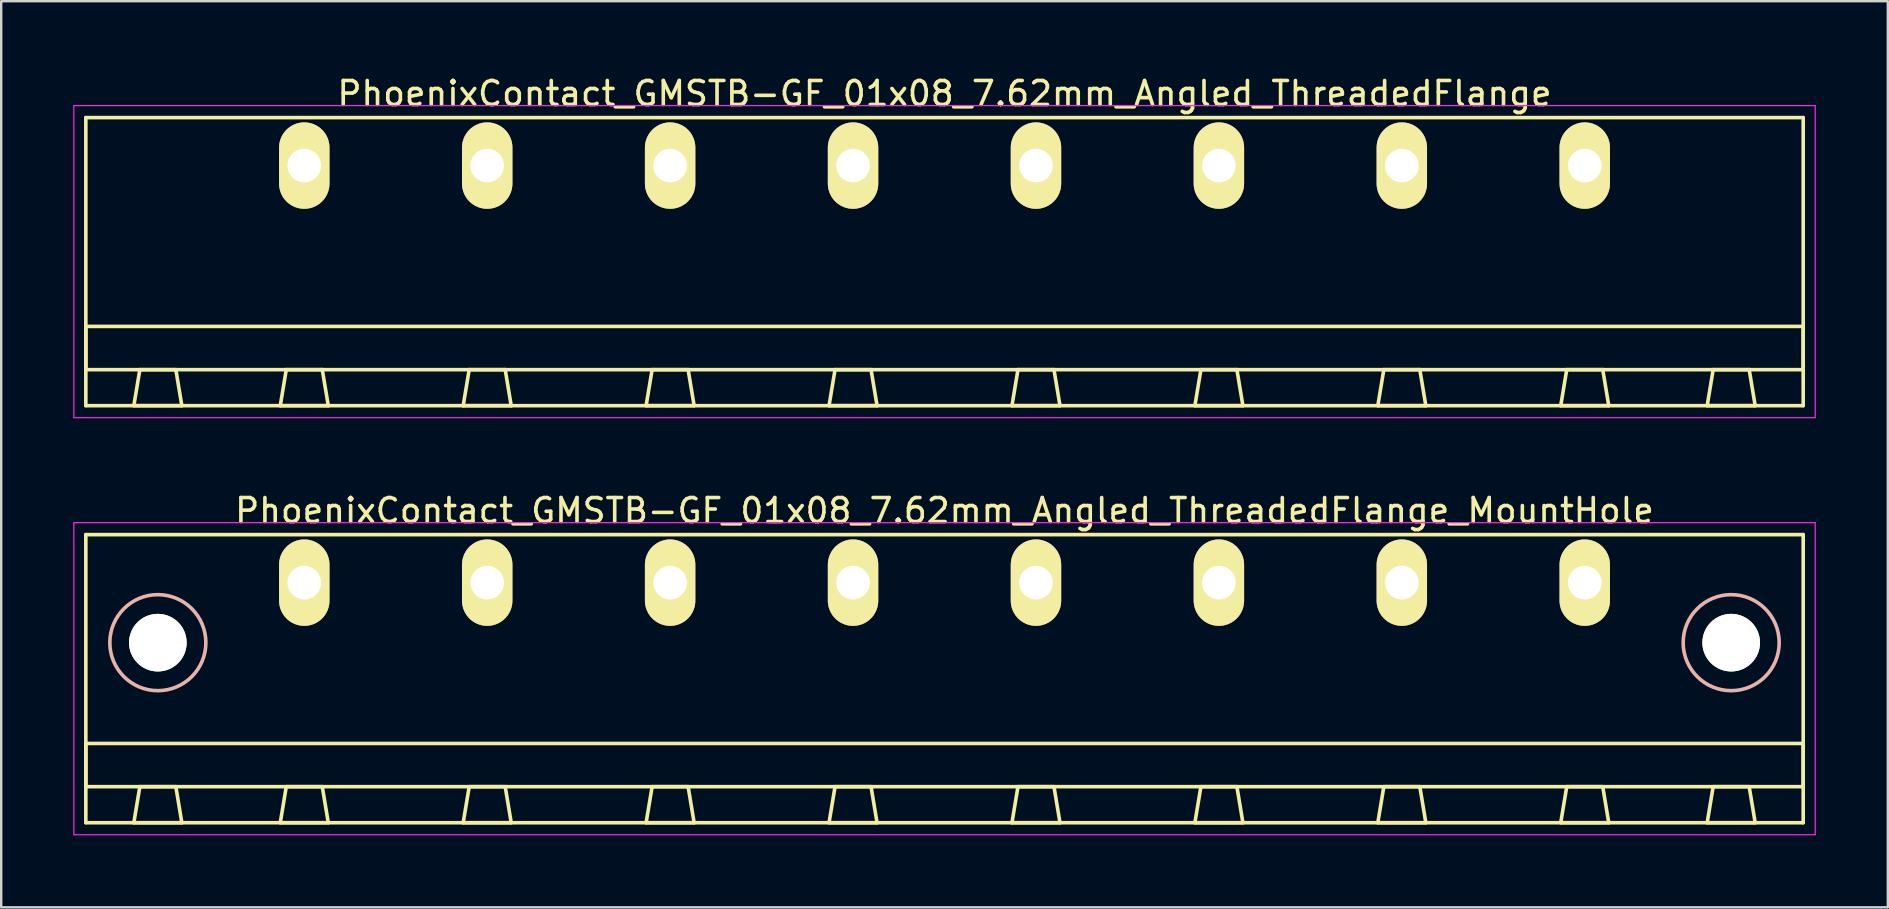
<source format=kicad_pcb>
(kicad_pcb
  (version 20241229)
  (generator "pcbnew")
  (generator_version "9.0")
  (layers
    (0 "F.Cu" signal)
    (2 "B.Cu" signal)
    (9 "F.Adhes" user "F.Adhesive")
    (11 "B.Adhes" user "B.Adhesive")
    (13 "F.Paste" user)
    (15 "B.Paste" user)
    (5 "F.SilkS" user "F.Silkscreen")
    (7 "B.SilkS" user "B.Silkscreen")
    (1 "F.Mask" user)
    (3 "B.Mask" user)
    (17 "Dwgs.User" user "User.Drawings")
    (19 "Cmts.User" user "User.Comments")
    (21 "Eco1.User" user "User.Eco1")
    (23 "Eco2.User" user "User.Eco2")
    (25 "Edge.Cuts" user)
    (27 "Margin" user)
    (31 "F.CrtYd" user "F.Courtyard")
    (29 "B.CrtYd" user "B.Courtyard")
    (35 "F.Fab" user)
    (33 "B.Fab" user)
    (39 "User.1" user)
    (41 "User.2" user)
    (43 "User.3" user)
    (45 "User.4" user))
  (footprint "PhoenixContact_GMSTB-GF_01x08_7.62mm_Angled_ThreadedFlange"
    (layer "F.Cu")
    (at 9.625 3.848)
    (property "Reference" "PhoenixContact_GMSTB-GF_01x08_7.62mm_Angled_ThreadedFlange" (at 26.67 -3 0) (layer "F.SilkS") (effects (font (size 1 1) (thickness 0.15))))
    (attr through_hole)
    (fp_line (start -9.1 -2) (end -9.1 10) (stroke (width 0.15) (type solid)) (layer "F.SilkS"))
    (fp_line (start -9.1 6.7) (end 62.44 6.7) (stroke (width 0.15) (type solid)) (layer "F.SilkS"))
    (fp_line (start -9.1 8.5) (end -9.1 6.7) (stroke (width 0.15) (type solid)) (layer "F.SilkS"))
    (fp_line (start -9.1 10) (end 62.44 10) (stroke (width 0.15) (type solid)) (layer "F.SilkS"))
    (fp_line (start -7.1 10) (end -5.1 10) (stroke (width 0.15) (type solid)) (layer "F.SilkS"))
    (fp_line (start -6.85 8.5) (end -7.1 10) (stroke (width 0.15) (type solid)) (layer "F.SilkS"))
    (fp_line (start -5.35 8.5) (end -6.85 8.5) (stroke (width 0.15) (type solid)) (layer "F.SilkS"))
    (fp_line (start -5.1 10) (end -5.35 8.5) (stroke (width 0.15) (type solid)) (layer "F.SilkS"))
    (fp_line (start -1 10) (end 1 10) (stroke (width 0.15) (type solid)) (layer "F.SilkS"))
    (fp_line (start -0.75 8.5) (end -1 10) (stroke (width 0.15) (type solid)) (layer "F.SilkS"))
    (fp_line (start 0.75 8.5) (end -0.75 8.5) (stroke (width 0.15) (type solid)) (layer "F.SilkS"))
    (fp_line (start 1 10) (end 0.75 8.5) (stroke (width 0.15) (type solid)) (layer "F.SilkS"))
    (fp_line (start 6.62 10) (end 8.62 10) (stroke (width 0.15) (type solid)) (layer "F.SilkS"))
    (fp_line (start 6.87 8.5) (end 6.62 10) (stroke (width 0.15) (type solid)) (layer "F.SilkS"))
    (fp_line (start 8.37 8.5) (end 6.87 8.5) (stroke (width 0.15) (type solid)) (layer "F.SilkS"))
    (fp_line (start 8.62 10) (end 8.37 8.5) (stroke (width 0.15) (type solid)) (layer "F.SilkS"))
    (fp_line (start 14.24 10) (end 16.24 10) (stroke (width 0.15) (type solid)) (layer "F.SilkS"))
    (fp_line (start 14.49 8.5) (end 14.24 10) (stroke (width 0.15) (type solid)) (layer "F.SilkS"))
    (fp_line (start 15.99 8.5) (end 14.49 8.5) (stroke (width 0.15) (type solid)) (layer "F.SilkS"))
    (fp_line (start 16.24 10) (end 15.99 8.5) (stroke (width 0.15) (type solid)) (layer "F.SilkS"))
    (fp_line (start 21.86 10) (end 23.86 10) (stroke (width 0.15) (type solid)) (layer "F.SilkS"))
    (fp_line (start 22.11 8.5) (end 21.86 10) (stroke (width 0.15) (type solid)) (layer "F.SilkS"))
    (fp_line (start 23.61 8.5) (end 22.11 8.5) (stroke (width 0.15) (type solid)) (layer "F.SilkS"))
    (fp_line (start 23.86 10) (end 23.61 8.5) (stroke (width 0.15) (type solid)) (layer "F.SilkS"))
    (fp_line (start 29.48 10) (end 31.48 10) (stroke (width 0.15) (type solid)) (layer "F.SilkS"))
    (fp_line (start 29.73 8.5) (end 29.48 10) (stroke (width 0.15) (type solid)) (layer "F.SilkS"))
    (fp_line (start 31.23 8.5) (end 29.73 8.5) (stroke (width 0.15) (type solid)) (layer "F.SilkS"))
    (fp_line (start 31.48 10) (end 31.23 8.5) (stroke (width 0.15) (type solid)) (layer "F.SilkS"))
    (fp_line (start 37.1 10) (end 39.1 10) (stroke (width 0.15) (type solid)) (layer "F.SilkS"))
    (fp_line (start 37.35 8.5) (end 37.1 10) (stroke (width 0.15) (type solid)) (layer "F.SilkS"))
    (fp_line (start 38.85 8.5) (end 37.35 8.5) (stroke (width 0.15) (type solid)) (layer "F.SilkS"))
    (fp_line (start 39.1 10) (end 38.85 8.5) (stroke (width 0.15) (type solid)) (layer "F.SilkS"))
    (fp_line (start 44.72 10) (end 46.72 10) (stroke (width 0.15) (type solid)) (layer "F.SilkS"))
    (fp_line (start 44.97 8.5) (end 44.72 10) (stroke (width 0.15) (type solid)) (layer "F.SilkS"))
    (fp_line (start 46.47 8.5) (end 44.97 8.5) (stroke (width 0.15) (type solid)) (layer "F.SilkS"))
    (fp_line (start 46.72 10) (end 46.47 8.5) (stroke (width 0.15) (type solid)) (layer "F.SilkS"))
    (fp_line (start 52.34 10) (end 54.34 10) (stroke (width 0.15) (type solid)) (layer "F.SilkS"))
    (fp_line (start 52.59 8.5) (end 52.34 10) (stroke (width 0.15) (type solid)) (layer "F.SilkS"))
    (fp_line (start 54.09 8.5) (end 52.59 8.5) (stroke (width 0.15) (type solid)) (layer "F.SilkS"))
    (fp_line (start 54.34 10) (end 54.09 8.5) (stroke (width 0.15) (type solid)) (layer "F.SilkS"))
    (fp_line (start 58.44 10) (end 60.44 10) (stroke (width 0.15) (type solid)) (layer "F.SilkS"))
    (fp_line (start 58.69 8.5) (end 58.44 10) (stroke (width 0.15) (type solid)) (layer "F.SilkS"))
    (fp_line (start 60.19 8.5) (end 58.69 8.5) (stroke (width 0.15) (type solid)) (layer "F.SilkS"))
    (fp_line (start 60.44 10) (end 60.19 8.5) (stroke (width 0.15) (type solid)) (layer "F.SilkS"))
    (fp_line (start 62.44 -2) (end -9.1 -2) (stroke (width 0.15) (type solid)) (layer "F.SilkS"))
    (fp_line (start 62.44 6.7) (end 62.44 8.5) (stroke (width 0.15) (type solid)) (layer "F.SilkS"))
    (fp_line (start 62.44 8.5) (end -9.1 8.5) (stroke (width 0.15) (type solid)) (layer "F.SilkS"))
    (fp_line (start 62.44 10) (end 62.44 -2) (stroke (width 0.15) (type solid)) (layer "F.SilkS"))
    (fp_line (start -9.6 -2.5) (end -9.6 10.5) (stroke (width 0.05) (type solid)) (layer "F.CrtYd"))
    (fp_line (start -9.6 10.5) (end 62.94 10.5) (stroke (width 0.05) (type solid)) (layer "F.CrtYd"))
    (fp_line (start 62.94 -2.5) (end -9.6 -2.5) (stroke (width 0.05) (type solid)) (layer "F.CrtYd"))
    (fp_line (start 62.94 10.5) (end 62.94 -2.5) (stroke (width 0.05) (type solid)) (layer "F.CrtYd"))
    (pad "1" thru_hole oval (at 0 0) (size 2.1 3.6) (drill 1.4) (layers "*.Cu" "*.Mask" "F.SilkS"))
    (pad "2" thru_hole oval (at 7.62 0) (size 2.1 3.6) (drill 1.4) (layers "*.Cu" "*.Mask" "F.SilkS"))
    (pad "3" thru_hole oval (at 15.24 0) (size 2.1 3.6) (drill 1.4) (layers "*.Cu" "*.Mask" "F.SilkS"))
    (pad "4" thru_hole oval (at 22.86 0) (size 2.1 3.6) (drill 1.4) (layers "*.Cu" "*.Mask" "F.SilkS"))
    (pad "5" thru_hole oval (at 30.48 0) (size 2.1 3.6) (drill 1.4) (layers "*.Cu" "*.Mask" "F.SilkS"))
    (pad "6" thru_hole oval (at 38.1 0) (size 2.1 3.6) (drill 1.4) (layers "*.Cu" "*.Mask" "F.SilkS"))
    (pad "7" thru_hole oval (at 45.72 0) (size 2.1 3.6) (drill 1.4) (layers "*.Cu" "*.Mask" "F.SilkS"))
    (pad "8" thru_hole oval (at 53.34 0) (size 2.1 3.6) (drill 1.4) (layers "*.Cu" "*.Mask" "F.SilkS")))
  (footprint "PhoenixContact_GMSTB-GF_01x08_7.62mm_Angled_ThreadedFlange_MountHole"
    (layer "F.Cu")
    (at 9.625 21.221)
    (property "Reference" "PhoenixContact_GMSTB-GF_01x08_7.62mm_Angled_ThreadedFlange_MountHole" (at 26.67 -3 0) (layer "F.SilkS") (effects (font (size 1 1) (thickness 0.15))))
    (attr through_hole)
    (fp_line (start -9.1 -2) (end -9.1 10) (stroke (width 0.15) (type solid)) (layer "F.SilkS"))
    (fp_line (start -9.1 6.7) (end 62.44 6.7) (stroke (width 0.15) (type solid)) (layer "F.SilkS"))
    (fp_line (start -9.1 8.5) (end -9.1 6.7) (stroke (width 0.15) (type solid)) (layer "F.SilkS"))
    (fp_line (start -9.1 10) (end 62.44 10) (stroke (width 0.15) (type solid)) (layer "F.SilkS"))
    (fp_line (start -7.1 10) (end -5.1 10) (stroke (width 0.15) (type solid)) (layer "F.SilkS"))
    (fp_line (start -6.85 8.5) (end -7.1 10) (stroke (width 0.15) (type solid)) (layer "F.SilkS"))
    (fp_line (start -5.35 8.5) (end -6.85 8.5) (stroke (width 0.15) (type solid)) (layer "F.SilkS"))
    (fp_line (start -5.1 10) (end -5.35 8.5) (stroke (width 0.15) (type solid)) (layer "F.SilkS"))
    (fp_line (start -1 10) (end 1 10) (stroke (width 0.15) (type solid)) (layer "F.SilkS"))
    (fp_line (start -0.75 8.5) (end -1 10) (stroke (width 0.15) (type solid)) (layer "F.SilkS"))
    (fp_line (start 0.75 8.5) (end -0.75 8.5) (stroke (width 0.15) (type solid)) (layer "F.SilkS"))
    (fp_line (start 1 10) (end 0.75 8.5) (stroke (width 0.15) (type solid)) (layer "F.SilkS"))
    (fp_line (start 6.62 10) (end 8.62 10) (stroke (width 0.15) (type solid)) (layer "F.SilkS"))
    (fp_line (start 6.87 8.5) (end 6.62 10) (stroke (width 0.15) (type solid)) (layer "F.SilkS"))
    (fp_line (start 8.37 8.5) (end 6.87 8.5) (stroke (width 0.15) (type solid)) (layer "F.SilkS"))
    (fp_line (start 8.62 10) (end 8.37 8.5) (stroke (width 0.15) (type solid)) (layer "F.SilkS"))
    (fp_line (start 14.24 10) (end 16.24 10) (stroke (width 0.15) (type solid)) (layer "F.SilkS"))
    (fp_line (start 14.49 8.5) (end 14.24 10) (stroke (width 0.15) (type solid)) (layer "F.SilkS"))
    (fp_line (start 15.99 8.5) (end 14.49 8.5) (stroke (width 0.15) (type solid)) (layer "F.SilkS"))
    (fp_line (start 16.24 10) (end 15.99 8.5) (stroke (width 0.15) (type solid)) (layer "F.SilkS"))
    (fp_line (start 21.86 10) (end 23.86 10) (stroke (width 0.15) (type solid)) (layer "F.SilkS"))
    (fp_line (start 22.11 8.5) (end 21.86 10) (stroke (width 0.15) (type solid)) (layer "F.SilkS"))
    (fp_line (start 23.61 8.5) (end 22.11 8.5) (stroke (width 0.15) (type solid)) (layer "F.SilkS"))
    (fp_line (start 23.86 10) (end 23.61 8.5) (stroke (width 0.15) (type solid)) (layer "F.SilkS"))
    (fp_line (start 29.48 10) (end 31.48 10) (stroke (width 0.15) (type solid)) (layer "F.SilkS"))
    (fp_line (start 29.73 8.5) (end 29.48 10) (stroke (width 0.15) (type solid)) (layer "F.SilkS"))
    (fp_line (start 31.23 8.5) (end 29.73 8.5) (stroke (width 0.15) (type solid)) (layer "F.SilkS"))
    (fp_line (start 31.48 10) (end 31.23 8.5) (stroke (width 0.15) (type solid)) (layer "F.SilkS"))
    (fp_line (start 37.1 10) (end 39.1 10) (stroke (width 0.15) (type solid)) (layer "F.SilkS"))
    (fp_line (start 37.35 8.5) (end 37.1 10) (stroke (width 0.15) (type solid)) (layer "F.SilkS"))
    (fp_line (start 38.85 8.5) (end 37.35 8.5) (stroke (width 0.15) (type solid)) (layer "F.SilkS"))
    (fp_line (start 39.1 10) (end 38.85 8.5) (stroke (width 0.15) (type solid)) (layer "F.SilkS"))
    (fp_line (start 44.72 10) (end 46.72 10) (stroke (width 0.15) (type solid)) (layer "F.SilkS"))
    (fp_line (start 44.97 8.5) (end 44.72 10) (stroke (width 0.15) (type solid)) (layer "F.SilkS"))
    (fp_line (start 46.47 8.5) (end 44.97 8.5) (stroke (width 0.15) (type solid)) (layer "F.SilkS"))
    (fp_line (start 46.72 10) (end 46.47 8.5) (stroke (width 0.15) (type solid)) (layer "F.SilkS"))
    (fp_line (start 52.34 10) (end 54.34 10) (stroke (width 0.15) (type solid)) (layer "F.SilkS"))
    (fp_line (start 52.59 8.5) (end 52.34 10) (stroke (width 0.15) (type solid)) (layer "F.SilkS"))
    (fp_line (start 54.09 8.5) (end 52.59 8.5) (stroke (width 0.15) (type solid)) (layer "F.SilkS"))
    (fp_line (start 54.34 10) (end 54.09 8.5) (stroke (width 0.15) (type solid)) (layer "F.SilkS"))
    (fp_line (start 58.44 10) (end 60.44 10) (stroke (width 0.15) (type solid)) (layer "F.SilkS"))
    (fp_line (start 58.69 8.5) (end 58.44 10) (stroke (width 0.15) (type solid)) (layer "F.SilkS"))
    (fp_line (start 60.19 8.5) (end 58.69 8.5) (stroke (width 0.15) (type solid)) (layer "F.SilkS"))
    (fp_line (start 60.44 10) (end 60.19 8.5) (stroke (width 0.15) (type solid)) (layer "F.SilkS"))
    (fp_line (start 62.44 -2) (end -9.1 -2) (stroke (width 0.15) (type solid)) (layer "F.SilkS"))
    (fp_line (start 62.44 6.7) (end 62.44 8.5) (stroke (width 0.15) (type solid)) (layer "F.SilkS"))
    (fp_line (start 62.44 8.5) (end -9.1 8.5) (stroke (width 0.15) (type solid)) (layer "F.SilkS"))
    (fp_line (start 62.44 10) (end 62.44 -2) (stroke (width 0.15) (type solid)) (layer "F.SilkS"))
    (fp_circle (center -6.1 2.5) (end -4.1 2.5) (stroke (width 0.15) (type solid)) (fill no) (layer "B.SilkS"))
    (fp_circle (center 59.44 2.5) (end 61.44 2.5) (stroke (width 0.15) (type solid)) (fill no) (layer "B.SilkS"))
    (fp_line (start -9.6 -2.5) (end -9.6 10.5) (stroke (width 0.05) (type solid)) (layer "F.CrtYd"))
    (fp_line (start -9.6 10.5) (end 62.94 10.5) (stroke (width 0.05) (type solid)) (layer "F.CrtYd"))
    (fp_line (start 62.94 -2.5) (end -9.6 -2.5) (stroke (width 0.05) (type solid)) (layer "F.CrtYd"))
    (fp_line (start 62.94 10.5) (end 62.94 -2.5) (stroke (width 0.05) (type solid)) (layer "F.CrtYd"))
    (pad "" np_thru_hole circle (at -6.1 2.5) (size 2.4 2.4) (drill 2.4) (layers "*.Cu" "*.Mask" "F.SilkS"))
    (pad "" np_thru_hole circle (at 59.44 2.5) (size 2.4 2.4) (drill 2.4) (layers "*.Cu" "*.Mask" "F.SilkS"))
    (pad "1" thru_hole oval (at 0 0) (size 2.1 3.6) (drill 1.4) (layers "*.Cu" "*.Mask" "F.SilkS"))
    (pad "2" thru_hole oval (at 7.62 0) (size 2.1 3.6) (drill 1.4) (layers "*.Cu" "*.Mask" "F.SilkS"))
    (pad "3" thru_hole oval (at 15.24 0) (size 2.1 3.6) (drill 1.4) (layers "*.Cu" "*.Mask" "F.SilkS"))
    (pad "4" thru_hole oval (at 22.86 0) (size 2.1 3.6) (drill 1.4) (layers "*.Cu" "*.Mask" "F.SilkS"))
    (pad "5" thru_hole oval (at 30.48 0) (size 2.1 3.6) (drill 1.4) (layers "*.Cu" "*.Mask" "F.SilkS"))
    (pad "6" thru_hole oval (at 38.1 0) (size 2.1 3.6) (drill 1.4) (layers "*.Cu" "*.Mask" "F.SilkS"))
    (pad "7" thru_hole oval (at 45.72 0) (size 2.1 3.6) (drill 1.4) (layers "*.Cu" "*.Mask" "F.SilkS"))
    (pad "8" thru_hole oval (at 53.34 0) (size 2.1 3.6) (drill 1.4) (layers "*.Cu" "*.Mask" "F.SilkS")))
  (gr_rect
    (start -3 -3)
    (end 75.59 34.746)
    (stroke (width 0.1) (type default))
    (fill no)
    (layer "Edge.Cuts")))
</source>
